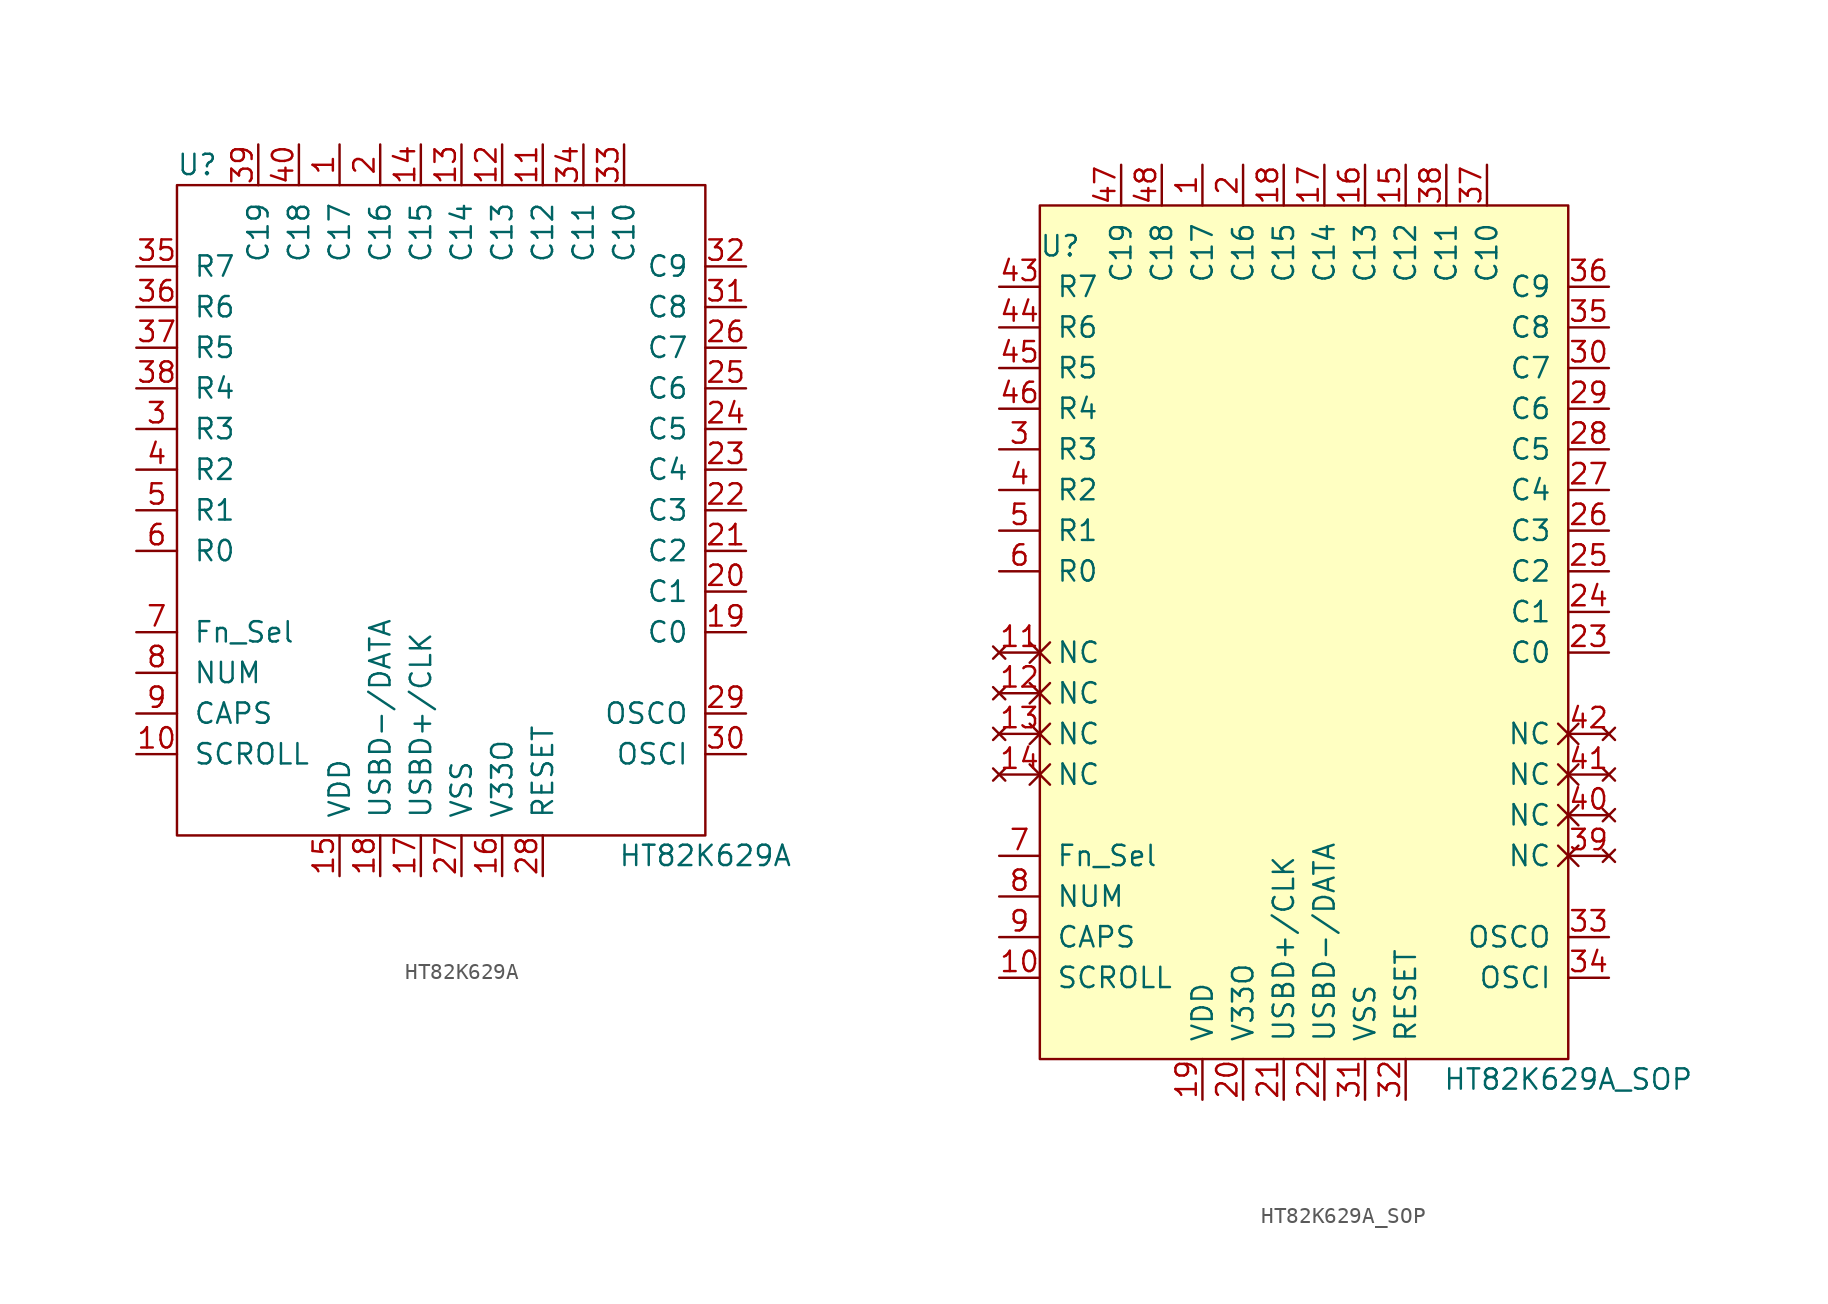
<source format=kicad_sym>
(kicad_symbol_lib
  (version 20220914)
  (generator kicad_symbol_editor)
  (symbol "HT82K629A"
    (pin_names
      (offset 1.016))
    (property "Reference" "U"
      (at -15.24 21.59 0)
      (effects (font (size 1.27 1.27))))
    (property "Value" "HT82K629A"
      (at 16.51 -21.59 0)
      (effects (font (size 1.27 1.27))))
    (symbol "HT82K629A_0_1"
      (rectangle (start -16.51 20.32) (end 16.51 -20.32) (stroke (width 0) (type solid)) (fill (type none))))
    (symbol "HT82K629A_1_1"
      (pin output line (at -6.35 22.86 270) (length 2.54) (name "C17" (effects (font (size 1.27 1.27)))) (number "1" (effects (font (size 1.27 1.27)))))
      (pin output line (at -19.05 -15.24 0) (length 2.54) (name "SCROLL" (effects (font (size 1.27 1.27)))) (number "10" (effects (font (size 1.27 1.27)))))
      (pin output line (at 6.35 22.86 270) (length 2.54) (name "C12" (effects (font (size 1.27 1.27)))) (number "11" (effects (font (size 1.27 1.27)))))
      (pin output line (at 3.81 22.86 270) (length 2.54) (name "C13" (effects (font (size 1.27 1.27)))) (number "12" (effects (font (size 1.27 1.27)))))
      (pin output line (at 1.27 22.86 270) (length 2.54) (name "C14" (effects (font (size 1.27 1.27)))) (number "13" (effects (font (size 1.27 1.27)))))
      (pin output line (at -1.27 22.86 270) (length 2.54) (name "C15" (effects (font (size 1.27 1.27)))) (number "14" (effects (font (size 1.27 1.27)))))
      (pin power_in line (at -6.35 -22.86 90) (length 2.54) (name "VDD" (effects (font (size 1.27 1.27)))) (number "15" (effects (font (size 1.27 1.27)))))
      (pin power_out line (at 3.81 -22.86 90) (length 2.54) (name "V33O" (effects (font (size 1.27 1.27)))) (number "16" (effects (font (size 1.27 1.27)))))
      (pin bidirectional line (at -1.27 -22.86 90) (length 2.54) (name "USBD+/CLK" (effects (font (size 1.27 1.27)))) (number "17" (effects (font (size 1.27 1.27)))))
      (pin bidirectional line (at -3.81 -22.86 90) (length 2.54) (name "USBD-/DATA" (effects (font (size 1.27 1.27)))) (number "18" (effects (font (size 1.27 1.27)))))
      (pin output line (at 19.05 -7.62 180) (length 2.54) (name "C0" (effects (font (size 1.27 1.27)))) (number "19" (effects (font (size 1.27 1.27)))))
      (pin output line (at -3.81 22.86 270) (length 2.54) (name "C16" (effects (font (size 1.27 1.27)))) (number "2" (effects (font (size 1.27 1.27)))))
      (pin output line (at 19.05 -5.08 180) (length 2.54) (name "C1" (effects (font (size 1.27 1.27)))) (number "20" (effects (font (size 1.27 1.27)))))
      (pin output line (at 19.05 -2.54 180) (length 2.54) (name "C2" (effects (font (size 1.27 1.27)))) (number "21" (effects (font (size 1.27 1.27)))))
      (pin output line (at 19.05 0 180) (length 2.54) (name "C3" (effects (font (size 1.27 1.27)))) (number "22" (effects (font (size 1.27 1.27)))))
      (pin output line (at 19.05 2.54 180) (length 2.54) (name "C4" (effects (font (size 1.27 1.27)))) (number "23" (effects (font (size 1.27 1.27)))))
      (pin output line (at 19.05 5.08 180) (length 2.54) (name "C5" (effects (font (size 1.27 1.27)))) (number "24" (effects (font (size 1.27 1.27)))))
      (pin output line (at 19.05 7.62 180) (length 2.54) (name "C6" (effects (font (size 1.27 1.27)))) (number "25" (effects (font (size 1.27 1.27)))))
      (pin output line (at 19.05 10.16 180) (length 2.54) (name "C7" (effects (font (size 1.27 1.27)))) (number "26" (effects (font (size 1.27 1.27)))))
      (pin power_out line (at 1.27 -22.86 90) (length 2.54) (name "VSS" (effects (font (size 1.27 1.27)))) (number "27" (effects (font (size 1.27 1.27)))))
      (pin input line (at 6.35 -22.86 90) (length 2.54) (name "RESET" (effects (font (size 1.27 1.27)))) (number "28" (effects (font (size 1.27 1.27)))))
      (pin output line (at 19.05 -12.7 180) (length 2.54) (name "OSCO" (effects (font (size 1.27 1.27)))) (number "29" (effects (font (size 1.27 1.27)))))
      (pin input line (at -19.05 5.08 0) (length 2.54) (name "R3" (effects (font (size 1.27 1.27)))) (number "3" (effects (font (size 1.27 1.27)))))
      (pin input line (at 19.05 -15.24 180) (length 2.54) (name "OSCI" (effects (font (size 1.27 1.27)))) (number "30" (effects (font (size 1.27 1.27)))))
      (pin output line (at 19.05 12.7 180) (length 2.54) (name "C8" (effects (font (size 1.27 1.27)))) (number "31" (effects (font (size 1.27 1.27)))))
      (pin output line (at 19.05 15.24 180) (length 2.54) (name "C9" (effects (font (size 1.27 1.27)))) (number "32" (effects (font (size 1.27 1.27)))))
      (pin output line (at 11.43 22.86 270) (length 2.54) (name "C10" (effects (font (size 1.27 1.27)))) (number "33" (effects (font (size 1.27 1.27)))))
      (pin output line (at 8.89 22.86 270) (length 2.54) (name "C11" (effects (font (size 1.27 1.27)))) (number "34" (effects (font (size 1.27 1.27)))))
      (pin input line (at -19.05 15.24 0) (length 2.54) (name "R7" (effects (font (size 1.27 1.27)))) (number "35" (effects (font (size 1.27 1.27)))))
      (pin input line (at -19.05 12.7 0) (length 2.54) (name "R6" (effects (font (size 1.27 1.27)))) (number "36" (effects (font (size 1.27 1.27)))))
      (pin input line (at -19.05 10.16 0) (length 2.54) (name "R5" (effects (font (size 1.27 1.27)))) (number "37" (effects (font (size 1.27 1.27)))))
      (pin input line (at -19.05 7.62 0) (length 2.54) (name "R4" (effects (font (size 1.27 1.27)))) (number "38" (effects (font (size 1.27 1.27)))))
      (pin output line (at -11.43 22.86 270) (length 2.54) (name "C19" (effects (font (size 1.27 1.27)))) (number "39" (effects (font (size 1.27 1.27)))))
      (pin input line (at -19.05 2.54 0) (length 2.54) (name "R2" (effects (font (size 1.27 1.27)))) (number "4" (effects (font (size 1.27 1.27)))))
      (pin output line (at -8.89 22.86 270) (length 2.54) (name "C18" (effects (font (size 1.27 1.27)))) (number "40" (effects (font (size 1.27 1.27)))))
      (pin input line (at -19.05 0 0) (length 2.54) (name "R1" (effects (font (size 1.27 1.27)))) (number "5" (effects (font (size 1.27 1.27)))))
      (pin input line (at -19.05 -2.54 0) (length 2.54) (name "R0" (effects (font (size 1.27 1.27)))) (number "6" (effects (font (size 1.27 1.27)))))
      (pin input line (at -19.05 -7.62 0) (length 2.54) (name "Fn_Sel" (effects (font (size 1.27 1.27)))) (number "7" (effects (font (size 1.27 1.27)))))
      (pin output line (at -19.05 -10.16 0) (length 2.54) (name "NUM" (effects (font (size 1.27 1.27)))) (number "8" (effects (font (size 1.27 1.27)))))
      (pin output line (at -19.05 -12.7 0) (length 2.54) (name "CAPS" (effects (font (size 1.27 1.27)))) (number "9" (effects (font (size 1.27 1.27)))))))
  (symbol "HT82K629A_SOP"
    (pin_names
      (offset 1.016))
    (property "Reference" "U"
      (at -15.24 24.13 0)
      (effects (font (size 1.27 1.27))))
    (property "Value" "HT82K629A_SOP"
      (at 16.51 -27.94 0)
      (effects (font (size 1.27 1.27))))
    (symbol "HT82K629A_SOP_0_1"
      (rectangle (start 16.51 26.67) (end -16.51 -26.67) (stroke (width 0) (type solid)) (fill (type background))))
    (symbol "HT82K629A_SOP_1_1"
      (pin output line (at -6.35 29.21 270) (length 2.54) (name "C17" (effects (font (size 1.27 1.27)))) (number "1" (effects (font (size 1.27 1.27)))))
      (pin output line (at -19.05 -21.59 0) (length 2.54) (name "SCROLL" (effects (font (size 1.27 1.27)))) (number "10" (effects (font (size 1.27 1.27)))))
      (pin no_connect non_logic (at -19.05 -1.27 0) (length 2.54) (name "NC" (effects (font (size 1.27 1.27)))) (number "11" (effects (font (size 1.27 1.27)))))
      (pin no_connect non_logic (at -19.05 -3.81 0) (length 2.54) (name "NC" (effects (font (size 1.27 1.27)))) (number "12" (effects (font (size 1.27 1.27)))))
      (pin no_connect non_logic (at -19.05 -6.35 0) (length 2.54) (name "NC" (effects (font (size 1.27 1.27)))) (number "13" (effects (font (size 1.27 1.27)))))
      (pin no_connect non_logic (at -19.05 -8.89 0) (length 2.54) (name "NC" (effects (font (size 1.27 1.27)))) (number "14" (effects (font (size 1.27 1.27)))))
      (pin output line (at 6.35 29.21 270) (length 2.54) (name "C12" (effects (font (size 1.27 1.27)))) (number "15" (effects (font (size 1.27 1.27)))))
      (pin output line (at 3.81 29.21 270) (length 2.54) (name "C13" (effects (font (size 1.27 1.27)))) (number "16" (effects (font (size 1.27 1.27)))))
      (pin output line (at 1.27 29.21 270) (length 2.54) (name "C14" (effects (font (size 1.27 1.27)))) (number "17" (effects (font (size 1.27 1.27)))))
      (pin output line (at -1.27 29.21 270) (length 2.54) (name "C15" (effects (font (size 1.27 1.27)))) (number "18" (effects (font (size 1.27 1.27)))))
      (pin power_in line (at -6.35 -29.21 90) (length 2.54) (name "VDD" (effects (font (size 1.27 1.27)))) (number "19" (effects (font (size 1.27 1.27)))))
      (pin output line (at -3.81 29.21 270) (length 2.54) (name "C16" (effects (font (size 1.27 1.27)))) (number "2" (effects (font (size 1.27 1.27)))))
      (pin power_out line (at -3.81 -29.21 90) (length 2.54) (name "V33O" (effects (font (size 1.27 1.27)))) (number "20" (effects (font (size 1.27 1.27)))))
      (pin bidirectional line (at -1.27 -29.21 90) (length 2.54) (name "USBD+/CLK" (effects (font (size 1.27 1.27)))) (number "21" (effects (font (size 1.27 1.27)))))
      (pin bidirectional line (at 1.27 -29.21 90) (length 2.54) (name "USBD-/DATA" (effects (font (size 1.27 1.27)))) (number "22" (effects (font (size 1.27 1.27)))))
      (pin output line (at 19.05 -1.27 180) (length 2.54) (name "C0" (effects (font (size 1.27 1.27)))) (number "23" (effects (font (size 1.27 1.27)))))
      (pin output line (at 19.05 1.27 180) (length 2.54) (name "C1" (effects (font (size 1.27 1.27)))) (number "24" (effects (font (size 1.27 1.27)))))
      (pin output line (at 19.05 3.81 180) (length 2.54) (name "C2" (effects (font (size 1.27 1.27)))) (number "25" (effects (font (size 1.27 1.27)))))
      (pin output line (at 19.05 6.35 180) (length 2.54) (name "C3" (effects (font (size 1.27 1.27)))) (number "26" (effects (font (size 1.27 1.27)))))
      (pin output line (at 19.05 8.89 180) (length 2.54) (name "C4" (effects (font (size 1.27 1.27)))) (number "27" (effects (font (size 1.27 1.27)))))
      (pin output line (at 19.05 11.43 180) (length 2.54) (name "C5" (effects (font (size 1.27 1.27)))) (number "28" (effects (font (size 1.27 1.27)))))
      (pin output line (at 19.05 13.97 180) (length 2.54) (name "C6" (effects (font (size 1.27 1.27)))) (number "29" (effects (font (size 1.27 1.27)))))
      (pin input line (at -19.05 11.43 0) (length 2.54) (name "R3" (effects (font (size 1.27 1.27)))) (number "3" (effects (font (size 1.27 1.27)))))
      (pin output line (at 19.05 16.51 180) (length 2.54) (name "C7" (effects (font (size 1.27 1.27)))) (number "30" (effects (font (size 1.27 1.27)))))
      (pin power_out line (at 3.81 -29.21 90) (length 2.54) (name "VSS" (effects (font (size 1.27 1.27)))) (number "31" (effects (font (size 1.27 1.27)))))
      (pin input line (at 6.35 -29.21 90) (length 2.54) (name "RESET" (effects (font (size 1.27 1.27)))) (number "32" (effects (font (size 1.27 1.27)))))
      (pin output line (at 19.05 -19.05 180) (length 2.54) (name "OSCO" (effects (font (size 1.27 1.27)))) (number "33" (effects (font (size 1.27 1.27)))))
      (pin input line (at 19.05 -21.59 180) (length 2.54) (name "OSCI" (effects (font (size 1.27 1.27)))) (number "34" (effects (font (size 1.27 1.27)))))
      (pin output line (at 19.05 19.05 180) (length 2.54) (name "C8" (effects (font (size 1.27 1.27)))) (number "35" (effects (font (size 1.27 1.27)))))
      (pin output line (at 19.05 21.59 180) (length 2.54) (name "C9" (effects (font (size 1.27 1.27)))) (number "36" (effects (font (size 1.27 1.27)))))
      (pin output line (at 11.43 29.21 270) (length 2.54) (name "C10" (effects (font (size 1.27 1.27)))) (number "37" (effects (font (size 1.27 1.27)))))
      (pin output line (at 8.89 29.21 270) (length 2.54) (name "C11" (effects (font (size 1.27 1.27)))) (number "38" (effects (font (size 1.27 1.27)))))
      (pin no_connect non_logic (at 19.05 -13.97 180) (length 2.54) (name "NC" (effects (font (size 1.27 1.27)))) (number "39" (effects (font (size 1.27 1.27)))))
      (pin input line (at -19.05 8.89 0) (length 2.54) (name "R2" (effects (font (size 1.27 1.27)))) (number "4" (effects (font (size 1.27 1.27)))))
      (pin no_connect non_logic (at 19.05 -11.43 180) (length 2.54) (name "NC" (effects (font (size 1.27 1.27)))) (number "40" (effects (font (size 1.27 1.27)))))
      (pin no_connect non_logic (at 19.05 -8.89 180) (length 2.54) (name "NC" (effects (font (size 1.27 1.27)))) (number "41" (effects (font (size 1.27 1.27)))))
      (pin no_connect non_logic (at 19.05 -6.35 180) (length 2.54) (name "NC" (effects (font (size 1.27 1.27)))) (number "42" (effects (font (size 1.27 1.27)))))
      (pin input line (at -19.05 21.59 0) (length 2.54) (name "R7" (effects (font (size 1.27 1.27)))) (number "43" (effects (font (size 1.27 1.27)))))
      (pin input line (at -19.05 19.05 0) (length 2.54) (name "R6" (effects (font (size 1.27 1.27)))) (number "44" (effects (font (size 1.27 1.27)))))
      (pin input line (at -19.05 16.51 0) (length 2.54) (name "R5" (effects (font (size 1.27 1.27)))) (number "45" (effects (font (size 1.27 1.27)))))
      (pin input line (at -19.05 13.97 0) (length 2.54) (name "R4" (effects (font (size 1.27 1.27)))) (number "46" (effects (font (size 1.27 1.27)))))
      (pin output line (at -11.43 29.21 270) (length 2.54) (name "C19" (effects (font (size 1.27 1.27)))) (number "47" (effects (font (size 1.27 1.27)))))
      (pin output line (at -8.89 29.21 270) (length 2.54) (name "C18" (effects (font (size 1.27 1.27)))) (number "48" (effects (font (size 1.27 1.27)))))
      (pin input line (at -19.05 6.35 0) (length 2.54) (name "R1" (effects (font (size 1.27 1.27)))) (number "5" (effects (font (size 1.27 1.27)))))
      (pin input line (at -19.05 3.81 0) (length 2.54) (name "R0" (effects (font (size 1.27 1.27)))) (number "6" (effects (font (size 1.27 1.27)))))
      (pin input line (at -19.05 -13.97 0) (length 2.54) (name "Fn_Sel" (effects (font (size 1.27 1.27)))) (number "7" (effects (font (size 1.27 1.27)))))
      (pin output line (at -19.05 -16.51 0) (length 2.54) (name "NUM" (effects (font (size 1.27 1.27)))) (number "8" (effects (font (size 1.27 1.27)))))
      (pin output line (at -19.05 -19.05 0) (length 2.54) (name "CAPS" (effects (font (size 1.27 1.27)))) (number "9" (effects (font (size 1.27 1.27))))))))
</source>
